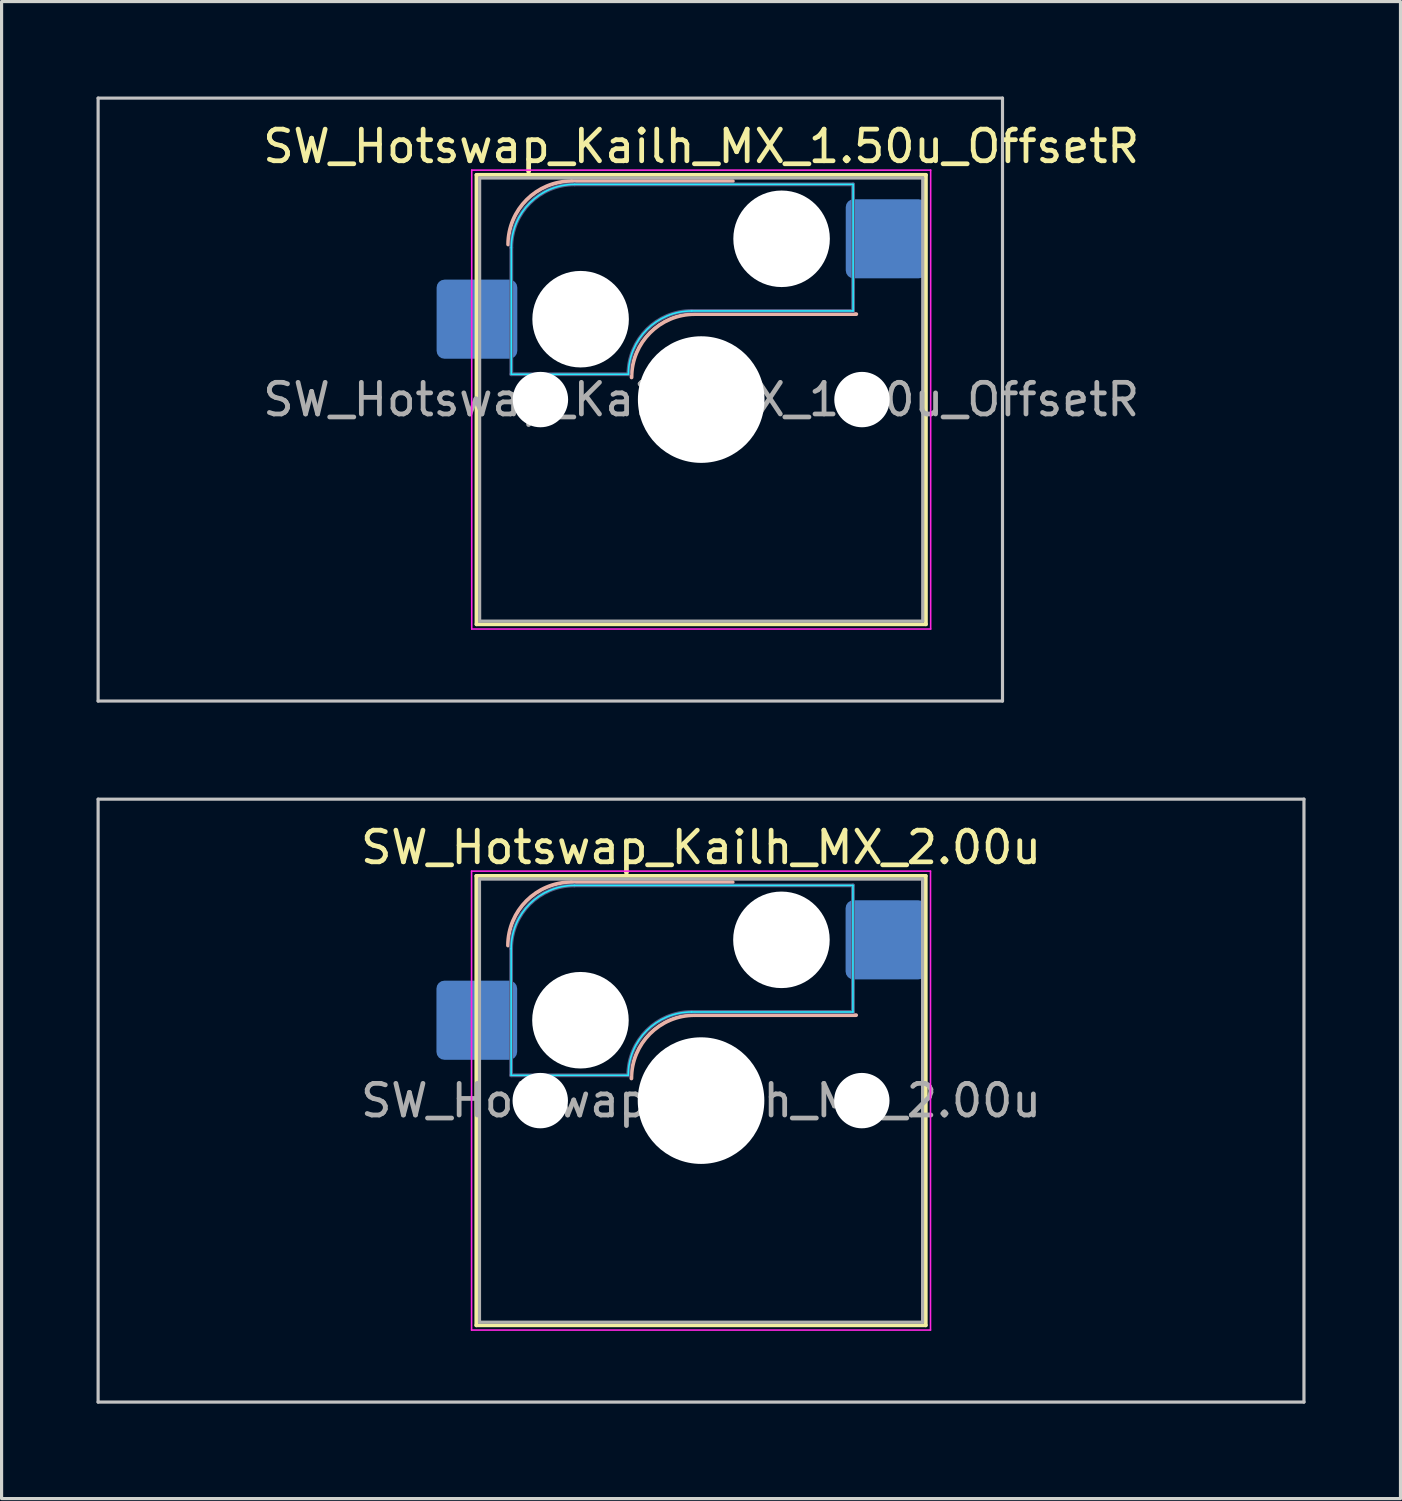
<source format=kicad_pcb>
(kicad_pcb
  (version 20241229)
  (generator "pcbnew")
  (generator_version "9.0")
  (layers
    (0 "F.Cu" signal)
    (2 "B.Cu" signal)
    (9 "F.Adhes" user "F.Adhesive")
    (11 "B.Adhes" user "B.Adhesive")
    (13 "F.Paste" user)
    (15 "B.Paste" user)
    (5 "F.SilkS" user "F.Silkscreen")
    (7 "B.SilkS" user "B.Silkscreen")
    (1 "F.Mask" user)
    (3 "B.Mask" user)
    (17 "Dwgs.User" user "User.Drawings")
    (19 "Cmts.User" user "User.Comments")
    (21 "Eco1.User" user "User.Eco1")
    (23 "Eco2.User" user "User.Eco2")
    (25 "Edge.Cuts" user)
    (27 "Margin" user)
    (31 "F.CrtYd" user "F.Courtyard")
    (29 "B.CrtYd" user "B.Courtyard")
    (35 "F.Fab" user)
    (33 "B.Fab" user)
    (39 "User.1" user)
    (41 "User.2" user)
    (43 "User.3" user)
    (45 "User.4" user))
  (footprint "SW_Hotswap_Kailh_MX_2.00u"
    (layer "F.Cu")
    (at 19.1 31.725)
    (property "Reference" "SW_Hotswap_Kailh_MX_2.00u" (at 0 -8 0) (layer "F.SilkS") (effects (font (size 1 1) (thickness 0.15))))
    (attr smd)
    (fp_line (start -7.1 -7.1) (end -7.1 7.1) (stroke (width 0.12) (type solid)) (layer "F.SilkS"))
    (fp_line (start -7.1 7.1) (end 7.1 7.1) (stroke (width 0.12) (type solid)) (layer "F.SilkS"))
    (fp_line (start 7.1 -7.1) (end -7.1 -7.1) (stroke (width 0.12) (type solid)) (layer "F.SilkS"))
    (fp_line (start 7.1 7.1) (end 7.1 -7.1) (stroke (width 0.12) (type solid)) (layer "F.SilkS"))
    (fp_line (start -4.1 -6.9) (end 1 -6.9) (stroke (width 0.12) (type solid)) (layer "B.SilkS"))
    (fp_line (start -0.2 -2.7) (end 4.9 -2.7) (stroke (width 0.12) (type solid)) (layer "B.SilkS"))
    (fp_arc (start -6.1 -4.9) (mid -5.514214 -6.314214) (end -4.1 -6.9) (stroke (width 0.12) (type solid)) (layer "B.SilkS"))
    (fp_arc (start -2.2 -0.7) (mid -1.614214 -2.114214) (end -0.2 -2.7) (stroke (width 0.12) (type solid)) (layer "B.SilkS"))
    (fp_line (start -19.05 -9.525) (end -19.05 9.525) (stroke (width 0.1) (type solid)) (layer "Dwgs.User"))
    (fp_line (start -19.05 9.525) (end 19.05 9.525) (stroke (width 0.1) (type solid)) (layer "Dwgs.User"))
    (fp_line (start 19.05 -9.525) (end -19.05 -9.525) (stroke (width 0.1) (type solid)) (layer "Dwgs.User"))
    (fp_line (start 19.05 9.525) (end 19.05 -9.525) (stroke (width 0.1) (type solid)) (layer "Dwgs.User"))
    (fp_line (start -7.8 -6) (end -7 -6) (stroke (width 0.1) (type solid)) (layer "Eco1.User"))
    (fp_line (start -7.8 -2.9) (end -7.8 -6) (stroke (width 0.1) (type solid)) (layer "Eco1.User"))
    (fp_line (start -7.8 2.9) (end -7 2.9) (stroke (width 0.1) (type solid)) (layer "Eco1.User"))
    (fp_line (start -7.8 6) (end -7.8 2.9) (stroke (width 0.1) (type solid)) (layer "Eco1.User"))
    (fp_line (start -7 -7) (end 7 -7) (stroke (width 0.1) (type solid)) (layer "Eco1.User"))
    (fp_line (start -7 -6) (end -7 -7) (stroke (width 0.1) (type solid)) (layer "Eco1.User"))
    (fp_line (start -7 -2.9) (end -7.8 -2.9) (stroke (width 0.1) (type solid)) (layer "Eco1.User"))
    (fp_line (start -7 2.9) (end -7 -2.9) (stroke (width 0.1) (type solid)) (layer "Eco1.User"))
    (fp_line (start -7 6) (end -7.8 6) (stroke (width 0.1) (type solid)) (layer "Eco1.User"))
    (fp_line (start -7 7) (end -7 6) (stroke (width 0.1) (type solid)) (layer "Eco1.User"))
    (fp_line (start 7 -7) (end 7 -6) (stroke (width 0.1) (type solid)) (layer "Eco1.User"))
    (fp_line (start 7 -6) (end 7.8 -6) (stroke (width 0.1) (type solid)) (layer "Eco1.User"))
    (fp_line (start 7 -2.9) (end 7 2.9) (stroke (width 0.1) (type solid)) (layer "Eco1.User"))
    (fp_line (start 7 2.9) (end 7.8 2.9) (stroke (width 0.1) (type solid)) (layer "Eco1.User"))
    (fp_line (start 7 6) (end 7 7) (stroke (width 0.1) (type solid)) (layer "Eco1.User"))
    (fp_line (start 7 7) (end -7 7) (stroke (width 0.1) (type solid)) (layer "Eco1.User"))
    (fp_line (start 7.8 -6) (end 7.8 -2.9) (stroke (width 0.1) (type solid)) (layer "Eco1.User"))
    (fp_line (start 7.8 -2.9) (end 7 -2.9) (stroke (width 0.1) (type solid)) (layer "Eco1.User"))
    (fp_line (start 7.8 2.9) (end 7.8 6) (stroke (width 0.1) (type solid)) (layer "Eco1.User"))
    (fp_line (start 7.8 6) (end 7 6) (stroke (width 0.1) (type solid)) (layer "Eco1.User"))
    (fp_line (start -6 -0.8) (end -6 -4.8) (stroke (width 0.05) (type solid)) (layer "B.CrtYd"))
    (fp_line (start -6 -0.8) (end -2.3 -0.8) (stroke (width 0.05) (type solid)) (layer "B.CrtYd"))
    (fp_line (start -4 -6.8) (end 4.8 -6.8) (stroke (width 0.05) (type solid)) (layer "B.CrtYd"))
    (fp_line (start -0.3 -2.8) (end 4.8 -2.8) (stroke (width 0.05) (type solid)) (layer "B.CrtYd"))
    (fp_line (start 4.8 -6.8) (end 4.8 -2.8) (stroke (width 0.05) (type solid)) (layer "B.CrtYd"))
    (fp_arc (start -6 -4.8) (mid -5.414214 -6.214214) (end -4 -6.8) (stroke (width 0.05) (type solid)) (layer "B.CrtYd"))
    (fp_arc (start -2.3 -0.8) (mid -1.714214 -2.214214) (end -0.3 -2.8) (stroke (width 0.05) (type solid)) (layer "B.CrtYd"))
    (fp_line (start -7.25 -7.25) (end -7.25 7.25) (stroke (width 0.05) (type solid)) (layer "F.CrtYd"))
    (fp_line (start -7.25 7.25) (end 7.25 7.25) (stroke (width 0.05) (type solid)) (layer "F.CrtYd"))
    (fp_line (start 7.25 -7.25) (end -7.25 -7.25) (stroke (width 0.05) (type solid)) (layer "F.CrtYd"))
    (fp_line (start 7.25 7.25) (end 7.25 -7.25) (stroke (width 0.05) (type solid)) (layer "F.CrtYd"))
    (fp_line (start -6 -0.8) (end -6 -4.8) (stroke (width 0.12) (type solid)) (layer "B.Fab"))
    (fp_line (start -6 -0.8) (end -2.3 -0.8) (stroke (width 0.12) (type solid)) (layer "B.Fab"))
    (fp_line (start -4 -6.8) (end 4.8 -6.8) (stroke (width 0.12) (type solid)) (layer "B.Fab"))
    (fp_line (start -0.3 -2.8) (end 4.8 -2.8) (stroke (width 0.12) (type solid)) (layer "B.Fab"))
    (fp_line (start 4.8 -6.8) (end 4.8 -2.8) (stroke (width 0.12) (type solid)) (layer "B.Fab"))
    (fp_arc (start -6 -4.8) (mid -5.414214 -6.214214) (end -4 -6.8) (stroke (width 0.12) (type solid)) (layer "B.Fab"))
    (fp_arc (start -2.3 -0.8) (mid -1.714214 -2.214214) (end -0.3 -2.8) (stroke (width 0.12) (type solid)) (layer "B.Fab"))
    (fp_line (start -7 -7) (end -7 7) (stroke (width 0.1) (type solid)) (layer "F.Fab"))
    (fp_line (start -7 7) (end 7 7) (stroke (width 0.1) (type solid)) (layer "F.Fab"))
    (fp_line (start 7 -7) (end -7 -7) (stroke (width 0.1) (type solid)) (layer "F.Fab"))
    (fp_line (start 7 7) (end 7 -7) (stroke (width 0.1) (type solid)) (layer "F.Fab"))
    (fp_text user "${REFERENCE}" (at 0 0 0) (layer "F.Fab") (effects (font (size 1 1) (thickness 0.15))))
    (pad "" np_thru_hole circle (at -5.08 0) (size 1.75 1.75) (drill 1.75) (layers "*.Cu" "*.Mask"))
    (pad "" np_thru_hole circle (at -3.81 -2.54) (size 3.05 3.05) (drill 3.05) (layers "*.Cu" "*.Mask"))
    (pad "" np_thru_hole circle (at 0 0) (size 4 4) (drill 4) (layers "*.Cu" "*.Mask"))
    (pad "" np_thru_hole circle (at 2.54 -5.08) (size 3.05 3.05) (drill 3.05) (layers "*.Cu" "*.Mask"))
    (pad "" np_thru_hole circle (at 5.08 0) (size 1.75 1.75) (drill 1.75) (layers "*.Cu" "*.Mask"))
    (pad "1" smd roundrect (at -7.085 -2.54) (size 2.55 2.5) (layers "B.Cu" "B.Mask" "B.Paste") (roundrect_rratio 0.1))
    (pad "2" smd roundrect (at 5.842 -5.08) (size 2.55 2.5) (layers "B.Cu" "B.Mask" "B.Paste") (roundrect_rratio 0.1)))
  (footprint "SW_Hotswap_Kailh_MX_1.50u_OffsetR"
    (layer "F.Cu")
    (at 19.105 9.575)
    (property "Reference" "SW_Hotswap_Kailh_MX_1.50u_OffsetR" (at 0 -8 0) (layer "F.SilkS") (effects (font (size 1 1) (thickness 0.15))))
    (attr smd)
    (fp_line (start -7.1 -7.1) (end -7.1 7.1) (stroke (width 0.12) (type solid)) (layer "F.SilkS"))
    (fp_line (start -7.1 7.1) (end 7.1 7.1) (stroke (width 0.12) (type solid)) (layer "F.SilkS"))
    (fp_line (start 7.1 -7.1) (end -7.1 -7.1) (stroke (width 0.12) (type solid)) (layer "F.SilkS"))
    (fp_line (start 7.1 7.1) (end 7.1 -7.1) (stroke (width 0.12) (type solid)) (layer "F.SilkS"))
    (fp_line (start -4.1 -6.9) (end 1 -6.9) (stroke (width 0.12) (type solid)) (layer "B.SilkS"))
    (fp_line (start -0.2 -2.7) (end 4.9 -2.7) (stroke (width 0.12) (type solid)) (layer "B.SilkS"))
    (fp_arc (start -6.1 -4.9) (mid -5.514214 -6.314214) (end -4.1 -6.9) (stroke (width 0.12) (type solid)) (layer "B.SilkS"))
    (fp_arc (start -2.2 -0.7) (mid -1.614214 -2.114214) (end -0.2 -2.7) (stroke (width 0.12) (type solid)) (layer "B.SilkS"))
    (fp_line (start -19.055 -9.525) (end -19.055 9.525) (stroke (width 0.1) (type solid)) (layer "Dwgs.User"))
    (fp_line (start -19.055 9.525) (end 9.52 9.525) (stroke (width 0.1) (type solid)) (layer "Dwgs.User"))
    (fp_line (start 9.52 -9.525) (end -19.055 -9.525) (stroke (width 0.1) (type solid)) (layer "Dwgs.User"))
    (fp_line (start 9.52 9.525) (end 9.52 -9.525) (stroke (width 0.1) (type solid)) (layer "Dwgs.User"))
    (fp_line (start -7.8 -6) (end -7 -6) (stroke (width 0.1) (type solid)) (layer "Eco1.User"))
    (fp_line (start -7.8 -2.9) (end -7.8 -6) (stroke (width 0.1) (type solid)) (layer "Eco1.User"))
    (fp_line (start -7.8 2.9) (end -7 2.9) (stroke (width 0.1) (type solid)) (layer "Eco1.User"))
    (fp_line (start -7.8 6) (end -7.8 2.9) (stroke (width 0.1) (type solid)) (layer "Eco1.User"))
    (fp_line (start -7 -7) (end 7 -7) (stroke (width 0.1) (type solid)) (layer "Eco1.User"))
    (fp_line (start -7 -6) (end -7 -7) (stroke (width 0.1) (type solid)) (layer "Eco1.User"))
    (fp_line (start -7 -2.9) (end -7.8 -2.9) (stroke (width 0.1) (type solid)) (layer "Eco1.User"))
    (fp_line (start -7 2.9) (end -7 -2.9) (stroke (width 0.1) (type solid)) (layer "Eco1.User"))
    (fp_line (start -7 6) (end -7.8 6) (stroke (width 0.1) (type solid)) (layer "Eco1.User"))
    (fp_line (start -7 7) (end -7 6) (stroke (width 0.1) (type solid)) (layer "Eco1.User"))
    (fp_line (start 7 -7) (end 7 -6) (stroke (width 0.1) (type solid)) (layer "Eco1.User"))
    (fp_line (start 7 -6) (end 7.8 -6) (stroke (width 0.1) (type solid)) (layer "Eco1.User"))
    (fp_line (start 7 -2.9) (end 7 2.9) (stroke (width 0.1) (type solid)) (layer "Eco1.User"))
    (fp_line (start 7 2.9) (end 7.8 2.9) (stroke (width 0.1) (type solid)) (layer "Eco1.User"))
    (fp_line (start 7 6) (end 7 7) (stroke (width 0.1) (type solid)) (layer "Eco1.User"))
    (fp_line (start 7 7) (end -7 7) (stroke (width 0.1) (type solid)) (layer "Eco1.User"))
    (fp_line (start 7.8 -6) (end 7.8 -2.9) (stroke (width 0.1) (type solid)) (layer "Eco1.User"))
    (fp_line (start 7.8 -2.9) (end 7 -2.9) (stroke (width 0.1) (type solid)) (layer "Eco1.User"))
    (fp_line (start 7.8 2.9) (end 7.8 6) (stroke (width 0.1) (type solid)) (layer "Eco1.User"))
    (fp_line (start 7.8 6) (end 7 6) (stroke (width 0.1) (type solid)) (layer "Eco1.User"))
    (fp_line (start -6 -0.8) (end -6 -4.8) (stroke (width 0.05) (type solid)) (layer "B.CrtYd"))
    (fp_line (start -6 -0.8) (end -2.3 -0.8) (stroke (width 0.05) (type solid)) (layer "B.CrtYd"))
    (fp_line (start -4 -6.8) (end 4.8 -6.8) (stroke (width 0.05) (type solid)) (layer "B.CrtYd"))
    (fp_line (start -0.3 -2.8) (end 4.8 -2.8) (stroke (width 0.05) (type solid)) (layer "B.CrtYd"))
    (fp_line (start 4.8 -6.8) (end 4.8 -2.8) (stroke (width 0.05) (type solid)) (layer "B.CrtYd"))
    (fp_arc (start -6 -4.8) (mid -5.414214 -6.214214) (end -4 -6.8) (stroke (width 0.05) (type solid)) (layer "B.CrtYd"))
    (fp_arc (start -2.3 -0.8) (mid -1.714214 -2.214214) (end -0.3 -2.8) (stroke (width 0.05) (type solid)) (layer "B.CrtYd"))
    (fp_line (start -7.25 -7.25) (end -7.25 7.25) (stroke (width 0.05) (type solid)) (layer "F.CrtYd"))
    (fp_line (start -7.25 7.25) (end 7.25 7.25) (stroke (width 0.05) (type solid)) (layer "F.CrtYd"))
    (fp_line (start 7.25 -7.25) (end -7.25 -7.25) (stroke (width 0.05) (type solid)) (layer "F.CrtYd"))
    (fp_line (start 7.25 7.25) (end 7.25 -7.25) (stroke (width 0.05) (type solid)) (layer "F.CrtYd"))
    (fp_line (start -6 -0.8) (end -6 -4.8) (stroke (width 0.12) (type solid)) (layer "B.Fab"))
    (fp_line (start -6 -0.8) (end -2.3 -0.8) (stroke (width 0.12) (type solid)) (layer "B.Fab"))
    (fp_line (start -4 -6.8) (end 4.8 -6.8) (stroke (width 0.12) (type solid)) (layer "B.Fab"))
    (fp_line (start -0.3 -2.8) (end 4.8 -2.8) (stroke (width 0.12) (type solid)) (layer "B.Fab"))
    (fp_line (start 4.8 -6.8) (end 4.8 -2.8) (stroke (width 0.12) (type solid)) (layer "B.Fab"))
    (fp_arc (start -6 -4.8) (mid -5.414214 -6.214214) (end -4 -6.8) (stroke (width 0.12) (type solid)) (layer "B.Fab"))
    (fp_arc (start -2.3 -0.8) (mid -1.714214 -2.214214) (end -0.3 -2.8) (stroke (width 0.12) (type solid)) (layer "B.Fab"))
    (fp_line (start -7 -7) (end -7 7) (stroke (width 0.1) (type solid)) (layer "F.Fab"))
    (fp_line (start -7 7) (end 7 7) (stroke (width 0.1) (type solid)) (layer "F.Fab"))
    (fp_line (start 7 -7) (end -7 -7) (stroke (width 0.1) (type solid)) (layer "F.Fab"))
    (fp_line (start 7 7) (end 7 -7) (stroke (width 0.1) (type solid)) (layer "F.Fab"))
    (fp_text user "${REFERENCE}" (at 0 0 0) (layer "F.Fab") (effects (font (size 1 1) (thickness 0.15))))
    (pad "" np_thru_hole circle (at -5.08 0) (size 1.75 1.75) (drill 1.75) (layers "*.Cu" "*.Mask"))
    (pad "" np_thru_hole circle (at -3.81 -2.54) (size 3.05 3.05) (drill 3.05) (layers "*.Cu" "*.Mask"))
    (pad "" np_thru_hole circle (at 0 0) (size 4 4) (drill 4) (layers "*.Cu" "*.Mask"))
    (pad "" np_thru_hole circle (at 2.54 -5.08) (size 3.05 3.05) (drill 3.05) (layers "*.Cu" "*.Mask"))
    (pad "" np_thru_hole circle (at 5.08 0) (size 1.75 1.75) (drill 1.75) (layers "*.Cu" "*.Mask"))
    (pad "1" smd roundrect (at -7.085 -2.54) (size 2.55 2.5) (layers "B.Cu" "B.Mask" "B.Paste") (roundrect_rratio 0.1))
    (pad "2" smd roundrect (at 5.842 -5.08) (size 2.55 2.5) (layers "B.Cu" "B.Mask" "B.Paste") (roundrect_rratio 0.1)))
  (gr_rect
    (start -3 -3)
    (end 41.2 44.3)
    (stroke (width 0.1) (type default))
    (fill no)
    (layer "Edge.Cuts")))
</source>
